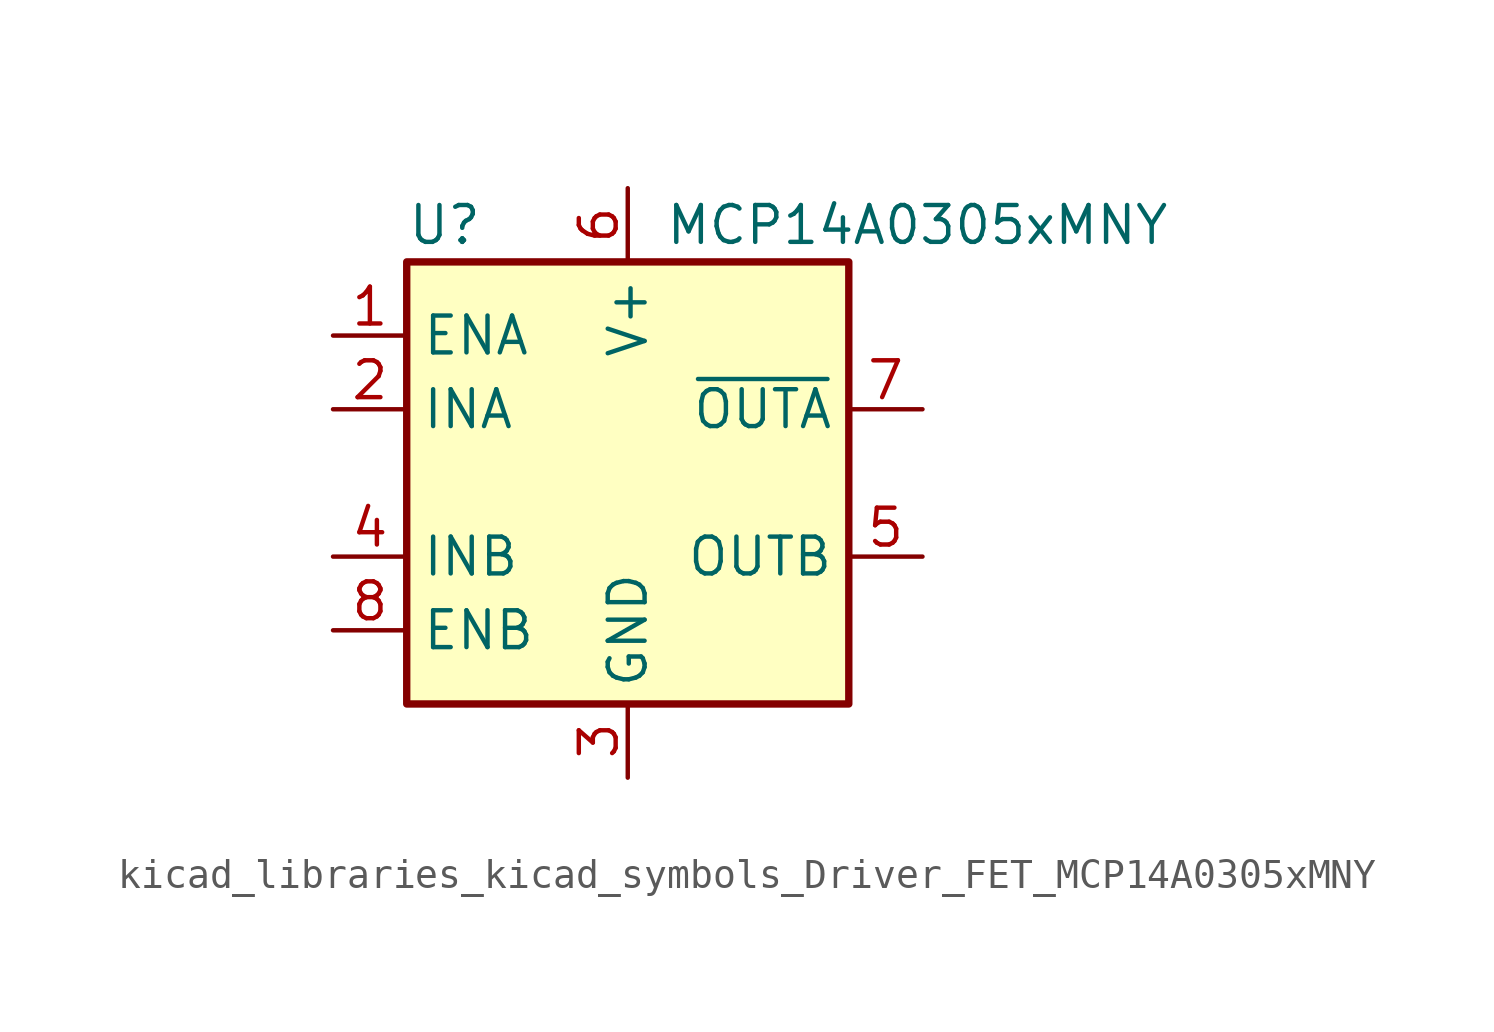
<source format=kicad_sym>
(kicad_symbol_lib
  (version 20220914)
  (generator kicad_symbol_editor)
  (symbol "kicad_libraries_kicad_symbols_Driver_FET_MCP14A0305xMNY"
    (property "Reference" "U"
      (at -7.62 8.89 0)
      (effects (font (size 1.27 1.27)) (justify left)))
    (property "Value" "MCP14A0305xMNY"
      (at 1.27 8.89 0)
      (effects (font (size 1.27 1.27)) (justify left)))
    (symbol "kicad_libraries_kicad_symbols_Driver_FET_MCP14A0305xMNY_0_1"
      (rectangle (start -7.62 -7.62) (end 7.62 7.62) (stroke (width 0.254) (type default)) (fill (type background))))
    (symbol "kicad_libraries_kicad_symbols_Driver_FET_MCP14A0305xMNY_1_1"
      (pin input line (at -10.16 5.08 0) (length 2.54) (name "ENA" (effects (font (size 1.27 1.27)))) (number "1" (effects (font (size 1.27 1.27)))))
      (pin input line (at -10.16 2.54 0) (length 2.54) (name "INA" (effects (font (size 1.27 1.27)))) (number "2" (effects (font (size 1.27 1.27)))))
      (pin power_in line (at 0 -10.16 90) (length 2.54) (name "GND" (effects (font (size 1.27 1.27)))) (number "3" (effects (font (size 1.27 1.27)))))
      (pin input line (at -10.16 -2.54 0) (length 2.54) (name "INB" (effects (font (size 1.27 1.27)))) (number "4" (effects (font (size 1.27 1.27)))))
      (pin output line (at 10.16 -2.54 180) (length 2.54) (name "OUTB" (effects (font (size 1.27 1.27)))) (number "5" (effects (font (size 1.27 1.27)))))
      (pin power_in line (at 0 10.16 270) (length 2.54) (name "V+" (effects (font (size 1.27 1.27)))) (number "6" (effects (font (size 1.27 1.27)))))
      (pin output line (at 10.16 2.54 180) (length 2.54) (name "~{OUTA}" (effects (font (size 1.27 1.27)))) (number "7" (effects (font (size 1.27 1.27)))))
      (pin input line (at -10.16 -5.08 0) (length 2.54) (name "ENB" (effects (font (size 1.27 1.27)))) (number "8" (effects (font (size 1.27 1.27)))))
      (pin passive line (at 0 -10.16 90) (length 2.54) hide (name "GND" (effects (font (size 1.27 1.27)))) (number "9" (effects (font (size 1.27 1.27))))))))
</source>
